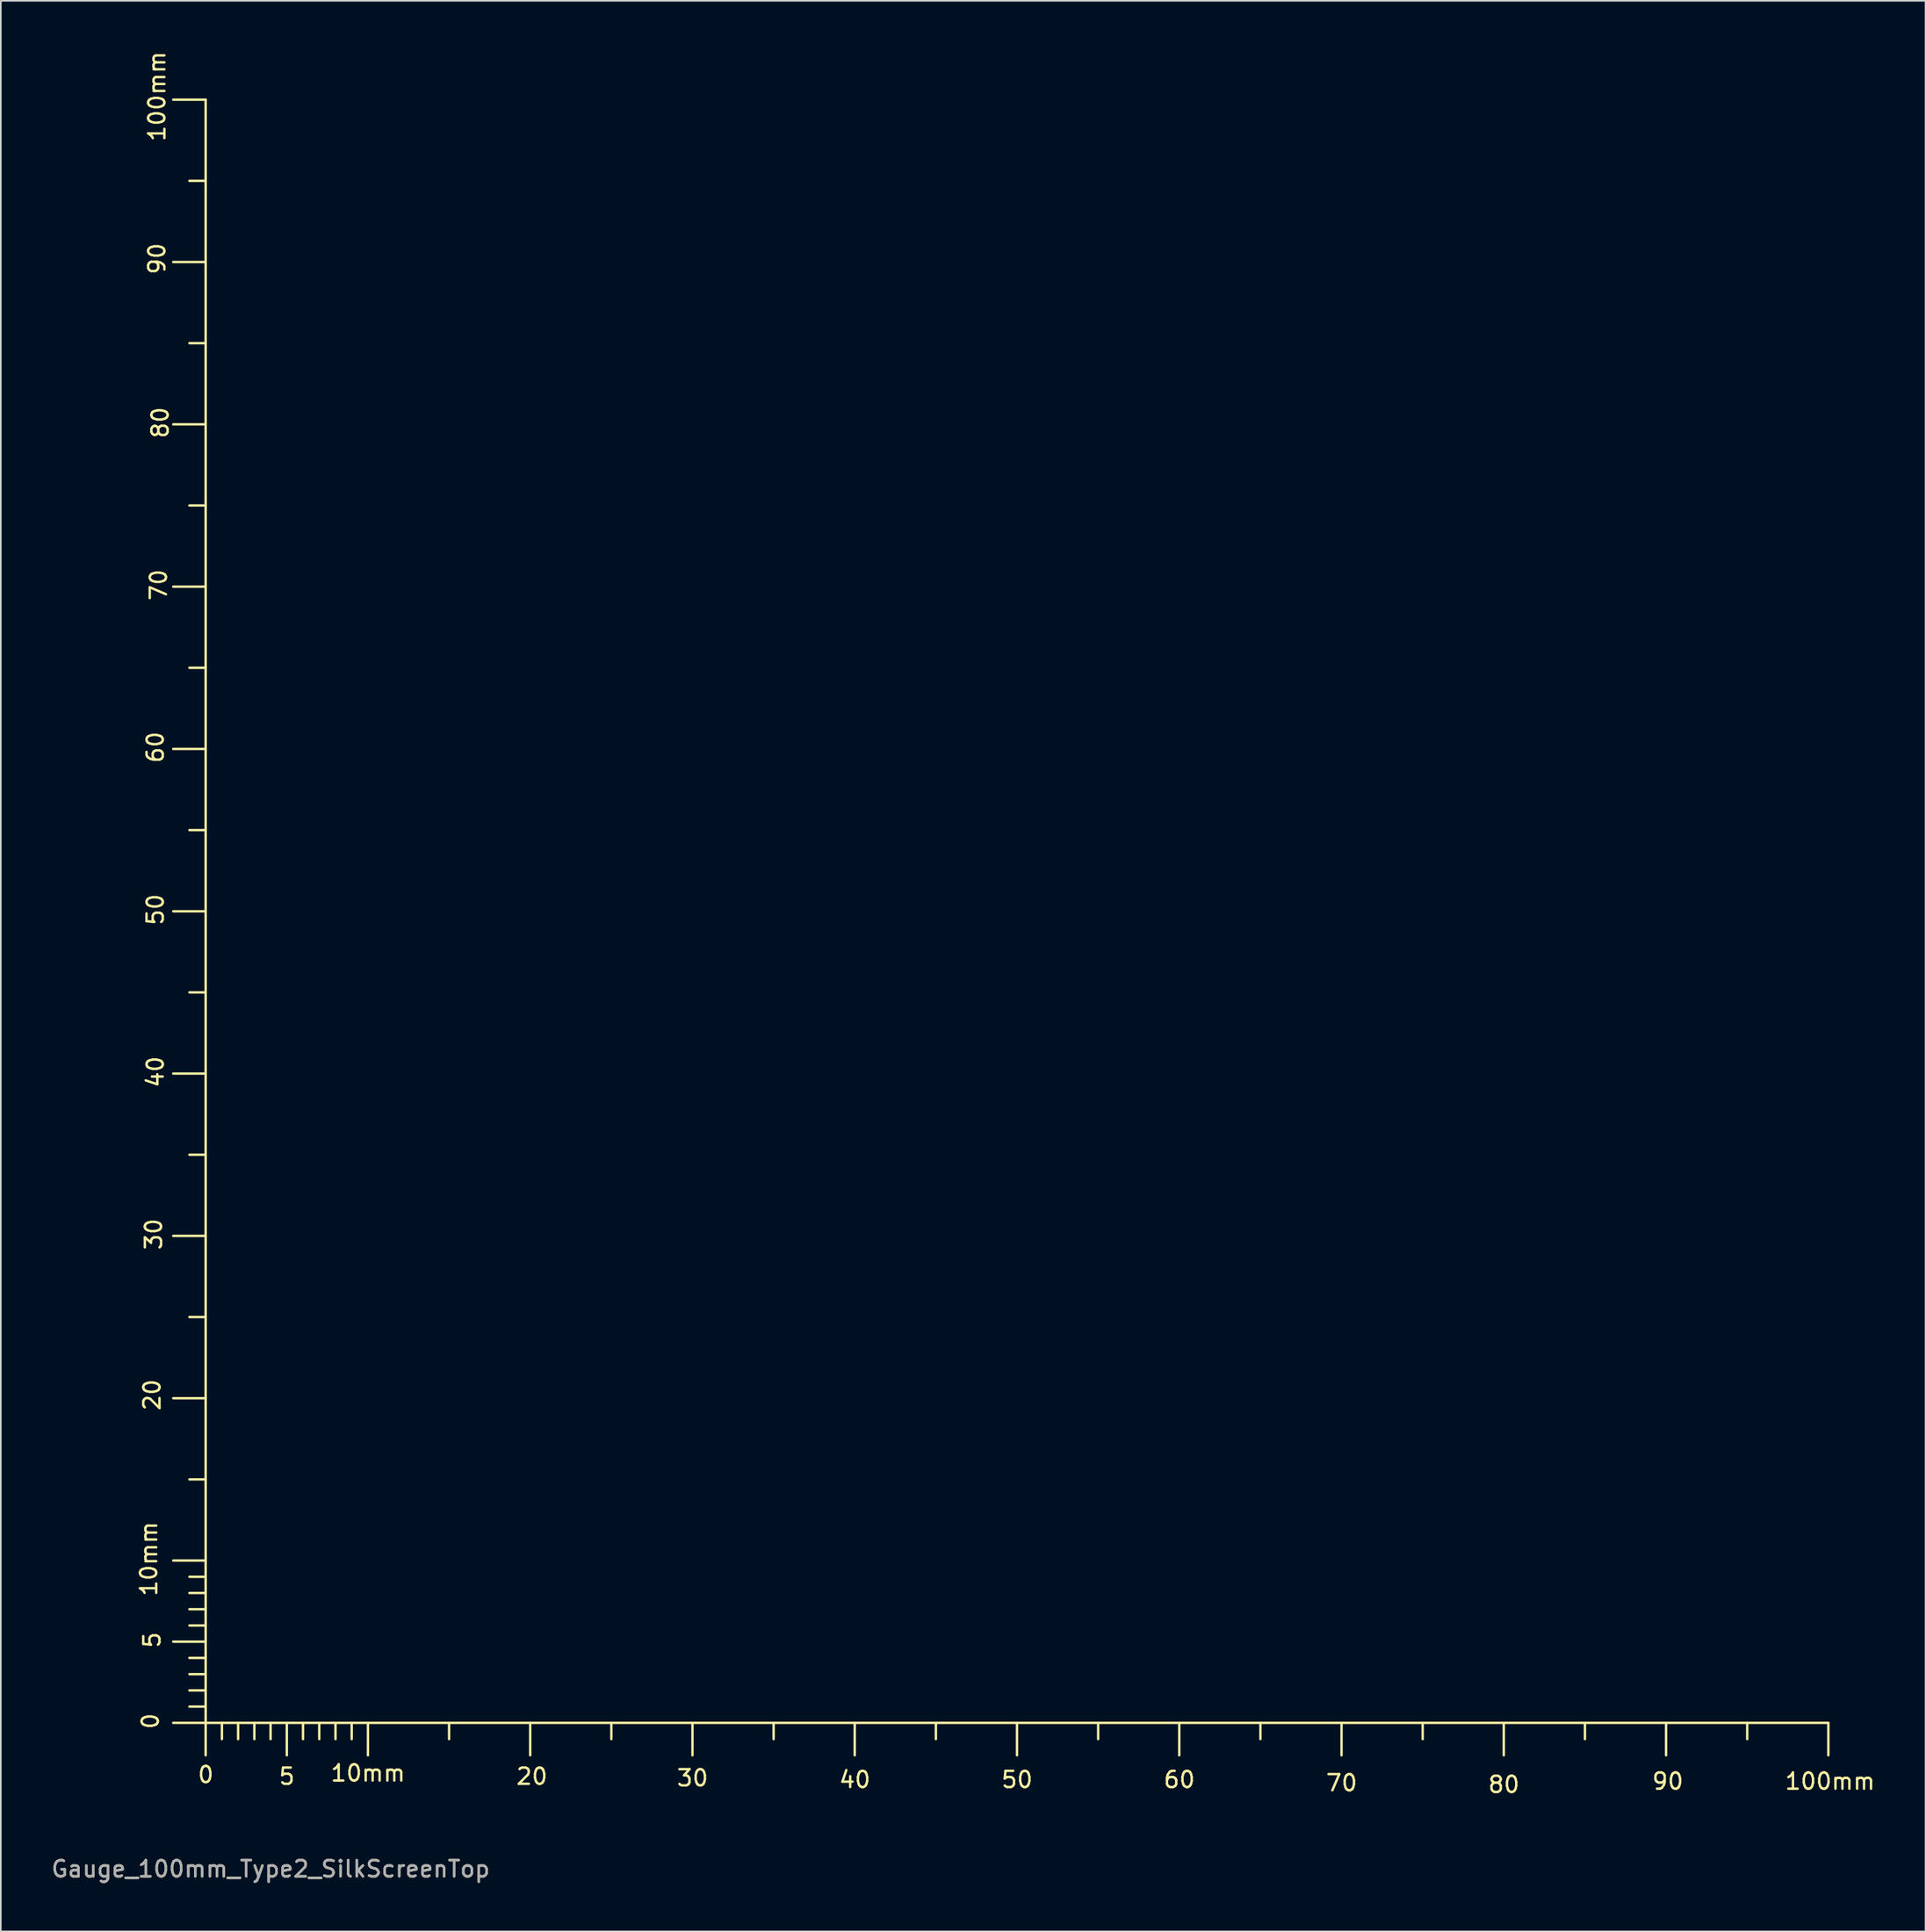
<source format=kicad_pcb>
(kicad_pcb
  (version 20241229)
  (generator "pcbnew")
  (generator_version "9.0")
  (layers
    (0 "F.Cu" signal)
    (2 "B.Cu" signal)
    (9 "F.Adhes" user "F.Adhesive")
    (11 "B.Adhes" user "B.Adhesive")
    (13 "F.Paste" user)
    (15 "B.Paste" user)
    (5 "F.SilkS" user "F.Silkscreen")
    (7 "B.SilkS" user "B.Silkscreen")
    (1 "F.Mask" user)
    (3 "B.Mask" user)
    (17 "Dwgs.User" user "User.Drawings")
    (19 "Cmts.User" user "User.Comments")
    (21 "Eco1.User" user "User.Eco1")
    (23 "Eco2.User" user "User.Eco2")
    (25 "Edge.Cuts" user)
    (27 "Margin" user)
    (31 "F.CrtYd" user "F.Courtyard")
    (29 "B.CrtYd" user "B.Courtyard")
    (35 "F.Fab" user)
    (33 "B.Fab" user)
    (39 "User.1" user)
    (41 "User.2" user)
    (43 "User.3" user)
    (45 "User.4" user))
  (footprint "Gauge_100mm_Type2_SilkScreenTop"
    (layer "F.Cu")
    (at 9.625 103.092)
    (property "Reference" "Gauge_100mm_Type2_SilkScreenTop" (at 4 8.999 0) (layer "F.SilkS") (effects (font (size 1 1) (thickness 0.15))))
    (attr exclude_from_pos_files exclude_from_bom)
    (fp_line (start 0 -100) (end -1.999 -100) (stroke (width 0.15) (type solid)) (layer "F.SilkS"))
    (fp_line (start 0 -95.001) (end -1.001 -95.001) (stroke (width 0.15) (type solid)) (layer "F.SilkS"))
    (fp_line (start 0 -90) (end -1.999 -90) (stroke (width 0.15) (type solid)) (layer "F.SilkS"))
    (fp_line (start 0 -85.001) (end -1.001 -85.001) (stroke (width 0.15) (type solid)) (layer "F.SilkS"))
    (fp_line (start 0 -80) (end -1.999 -80) (stroke (width 0.15) (type solid)) (layer "F.SilkS"))
    (fp_line (start 0 -75.001) (end -1.001 -75.001) (stroke (width 0.15) (type solid)) (layer "F.SilkS"))
    (fp_line (start 0 -70) (end -1.999 -70) (stroke (width 0.15) (type solid)) (layer "F.SilkS"))
    (fp_line (start 0 -65.001) (end -1.001 -65.001) (stroke (width 0.15) (type solid)) (layer "F.SilkS"))
    (fp_line (start 0 -60) (end -1.999 -60) (stroke (width 0.15) (type solid)) (layer "F.SilkS"))
    (fp_line (start 0 -55.001) (end -1.001 -55.001) (stroke (width 0.15) (type solid)) (layer "F.SilkS"))
    (fp_line (start 0 -50) (end -1.999 -50) (stroke (width 0.15) (type solid)) (layer "F.SilkS"))
    (fp_line (start 0 -45.001) (end -1.001 -45.001) (stroke (width 0.15) (type solid)) (layer "F.SilkS"))
    (fp_line (start 0 -40) (end -1.999 -40) (stroke (width 0.15) (type solid)) (layer "F.SilkS"))
    (fp_line (start 0 -35.001) (end -1.001 -35.001) (stroke (width 0.15) (type solid)) (layer "F.SilkS"))
    (fp_line (start 0 -30) (end -1.999 -30) (stroke (width 0.15) (type solid)) (layer "F.SilkS"))
    (fp_line (start 0 -25.001) (end -1.001 -25.001) (stroke (width 0.15) (type solid)) (layer "F.SilkS"))
    (fp_line (start 0 -20) (end -1.999 -20) (stroke (width 0.15) (type solid)) (layer "F.SilkS"))
    (fp_line (start 0 -15.001) (end -1.001 -15.001) (stroke (width 0.15) (type solid)) (layer "F.SilkS"))
    (fp_line (start 0 -10) (end -1.999 -10) (stroke (width 0.15) (type solid)) (layer "F.SilkS"))
    (fp_line (start 0 -8.999) (end -1.001 -8.999) (stroke (width 0.15) (type solid)) (layer "F.SilkS"))
    (fp_line (start 0 -8.001) (end -1.001 -8.001) (stroke (width 0.15) (type solid)) (layer "F.SilkS"))
    (fp_line (start 0 -7) (end -1.001 -7) (stroke (width 0.15) (type solid)) (layer "F.SilkS"))
    (fp_line (start 0 -5.999) (end -1.001 -5.999) (stroke (width 0.15) (type solid)) (layer "F.SilkS"))
    (fp_line (start 0 -5.001) (end -1.999 -5.001) (stroke (width 0.15) (type solid)) (layer "F.SilkS"))
    (fp_line (start 0 -4) (end -1.001 -4) (stroke (width 0.15) (type solid)) (layer "F.SilkS"))
    (fp_line (start 0 -3) (end -1.001 -3) (stroke (width 0.15) (type solid)) (layer "F.SilkS"))
    (fp_line (start 0 -1.999) (end -1.001 -1.999) (stroke (width 0.15) (type solid)) (layer "F.SilkS"))
    (fp_line (start 0 -1.001) (end -1.001 -1.001) (stroke (width 0.15) (type solid)) (layer "F.SilkS"))
    (fp_line (start 0 0) (end -1.999 0) (stroke (width 0.15) (type solid)) (layer "F.SilkS"))
    (fp_line (start 0 0) (end 0 -100) (stroke (width 0.15) (type solid)) (layer "F.SilkS"))
    (fp_line (start 0 0) (end 0 1.999) (stroke (width 0.15) (type solid)) (layer "F.SilkS"))
    (fp_line (start 0 0) (end 10 0) (stroke (width 0.15) (type solid)) (layer "F.SilkS"))
    (fp_line (start 1.001 0) (end 1.001 1.001) (stroke (width 0.15) (type solid)) (layer "F.SilkS"))
    (fp_line (start 1.999 0) (end 1.999 1.001) (stroke (width 0.15) (type solid)) (layer "F.SilkS"))
    (fp_line (start 3 0) (end 3 1.001) (stroke (width 0.15) (type solid)) (layer "F.SilkS"))
    (fp_line (start 4 0) (end 4 1.001) (stroke (width 0.15) (type solid)) (layer "F.SilkS"))
    (fp_line (start 5.001 0) (end 5.001 1.999) (stroke (width 0.15) (type solid)) (layer "F.SilkS"))
    (fp_line (start 5.999 0) (end 5.999 1.001) (stroke (width 0.15) (type solid)) (layer "F.SilkS"))
    (fp_line (start 7 0) (end 7 1.001) (stroke (width 0.15) (type solid)) (layer "F.SilkS"))
    (fp_line (start 8.001 0) (end 8.001 1.001) (stroke (width 0.15) (type solid)) (layer "F.SilkS"))
    (fp_line (start 8.999 0) (end 8.999 1.001) (stroke (width 0.15) (type solid)) (layer "F.SilkS"))
    (fp_line (start 10 0) (end 10 1.999) (stroke (width 0.15) (type solid)) (layer "F.SilkS"))
    (fp_line (start 10 0) (end 100 0) (stroke (width 0.15) (type solid)) (layer "F.SilkS"))
    (fp_line (start 15.001 0) (end 15.001 1.001) (stroke (width 0.15) (type solid)) (layer "F.SilkS"))
    (fp_line (start 20 0) (end 20 1.999) (stroke (width 0.15) (type solid)) (layer "F.SilkS"))
    (fp_line (start 25.001 0) (end 25.001 1.001) (stroke (width 0.15) (type solid)) (layer "F.SilkS"))
    (fp_line (start 30 0) (end 30 1.999) (stroke (width 0.15) (type solid)) (layer "F.SilkS"))
    (fp_line (start 35.001 0) (end 35.001 1.001) (stroke (width 0.15) (type solid)) (layer "F.SilkS"))
    (fp_line (start 40 0) (end 40 1.999) (stroke (width 0.15) (type solid)) (layer "F.SilkS"))
    (fp_line (start 45.001 0) (end 45.001 1.001) (stroke (width 0.15) (type solid)) (layer "F.SilkS"))
    (fp_line (start 50 0) (end 50 1.999) (stroke (width 0.15) (type solid)) (layer "F.SilkS"))
    (fp_line (start 55.001 0) (end 55.001 1.001) (stroke (width 0.15) (type solid)) (layer "F.SilkS"))
    (fp_line (start 60 0) (end 60 1.999) (stroke (width 0.15) (type solid)) (layer "F.SilkS"))
    (fp_line (start 65.001 0) (end 65.001 1.001) (stroke (width 0.15) (type solid)) (layer "F.SilkS"))
    (fp_line (start 70 0) (end 70 1.999) (stroke (width 0.15) (type solid)) (layer "F.SilkS"))
    (fp_line (start 75.001 0) (end 75.001 1.001) (stroke (width 0.15) (type solid)) (layer "F.SilkS"))
    (fp_line (start 80 0) (end 80 1.999) (stroke (width 0.15) (type solid)) (layer "F.SilkS"))
    (fp_line (start 85.001 0) (end 85.001 1.001) (stroke (width 0.15) (type solid)) (layer "F.SilkS"))
    (fp_line (start 90 0) (end 90 1.999) (stroke (width 0.15) (type solid)) (layer "F.SilkS"))
    (fp_line (start 95.001 0) (end 95.001 1.001) (stroke (width 0.15) (type solid)) (layer "F.SilkS"))
    (fp_line (start 100 0) (end 100 1.999) (stroke (width 0.15) (type solid)) (layer "F.SilkS"))
    (fp_text user "80" (at -2.802 -80.104 90) (layer "F.SilkS") (effects (font (size 1 1) (thickness 0.15))))
    (fp_text user "90" (at 90.106 3.602 0) (layer "F.SilkS") (effects (font (size 1 1) (thickness 0.15))))
    (fp_text user "70" (at 70.005 3.701 0) (layer "F.SilkS") (effects (font (size 1 1) (thickness 0.15))))
    (fp_text user "30" (at -3.203 -30.104 90) (layer "F.SilkS") (effects (font (size 1 1) (thickness 0.15))))
    (fp_text user "5" (at 5.004 3.299 0) (layer "F.SilkS") (effects (font (size 1 1) (thickness 0.15))))
    (fp_text user "10mm" (at 10.005 3.099 0) (layer "F.SilkS") (effects (font (size 1 1) (thickness 0.15))))
    (fp_text user "40" (at 40.005 3.5 0) (layer "F.SilkS") (effects (font (size 1 1) (thickness 0.15))))
    (fp_text user "100mm" (at 100.106 3.602 0) (layer "F.SilkS") (effects (font (size 1 1) (thickness 0.15))))
    (fp_text user "60" (at -3.101 -60.104 90) (layer "F.SilkS") (effects (font (size 1 1) (thickness 0.15))))
    (fp_text user "5" (at -3.302 -5.103 90) (layer "F.SilkS") (effects (font (size 1 1) (thickness 0.15))))
    (fp_text user "10mm" (at -3.503 -10.104 90) (layer "F.SilkS") (effects (font (size 1 1) (thickness 0.15))))
    (fp_text user "80" (at 80.005 3.8 0) (layer "F.SilkS") (effects (font (size 1 1) (thickness 0.15))))
    (fp_text user "20" (at 20.104 3.299 0) (layer "F.SilkS") (effects (font (size 1 1) (thickness 0.15))))
    (fp_text user "20" (at -3.302 -20.203 90) (layer "F.SilkS") (effects (font (size 1 1) (thickness 0.15))))
    (fp_text user "70" (at -2.901 -70.104 90) (layer "F.SilkS") (effects (font (size 1 1) (thickness 0.15))))
    (fp_text user "40" (at -3.101 -40.104 90) (layer "F.SilkS") (effects (font (size 1 1) (thickness 0.15))))
    (fp_text user "0" (at -3.404 -0.104 90) (layer "F.SilkS") (effects (font (size 1 1) (thickness 0.15))))
    (fp_text user "90" (at -3 -90.206 90) (layer "F.SilkS") (effects (font (size 1 1) (thickness 0.15))))
    (fp_text user "60" (at 60.005 3.5 0) (layer "F.SilkS") (effects (font (size 1 1) (thickness 0.15))))
    (fp_text user "50" (at 50.005 3.5 0) (layer "F.SilkS") (effects (font (size 1 1) (thickness 0.15))))
    (fp_text user "30" (at 30.005 3.399 0) (layer "F.SilkS") (effects (font (size 1 1) (thickness 0.15))))
    (fp_text user "0" (at 0.005 3.198 0) (layer "F.SilkS") (effects (font (size 1 1) (thickness 0.15))))
    (fp_text user "50" (at -3.101 -50.104 90) (layer "F.SilkS") (effects (font (size 1 1) (thickness 0.15))))
    (fp_text user "100mm" (at -3 -100.206 90) (layer "F.SilkS") (effects (font (size 1 1) (thickness 0.15))))
    (fp_text user "${REFERENCE}" (at 4 8.999 0) (layer "F.Fab") (effects (font (size 1 1) (thickness 0.15)))))
  (gr_rect
    (start -3 -3)
    (end 115.618 115.94)
    (stroke (width 0.1) (type default))
    (fill no)
    (layer "Edge.Cuts")))
</source>
